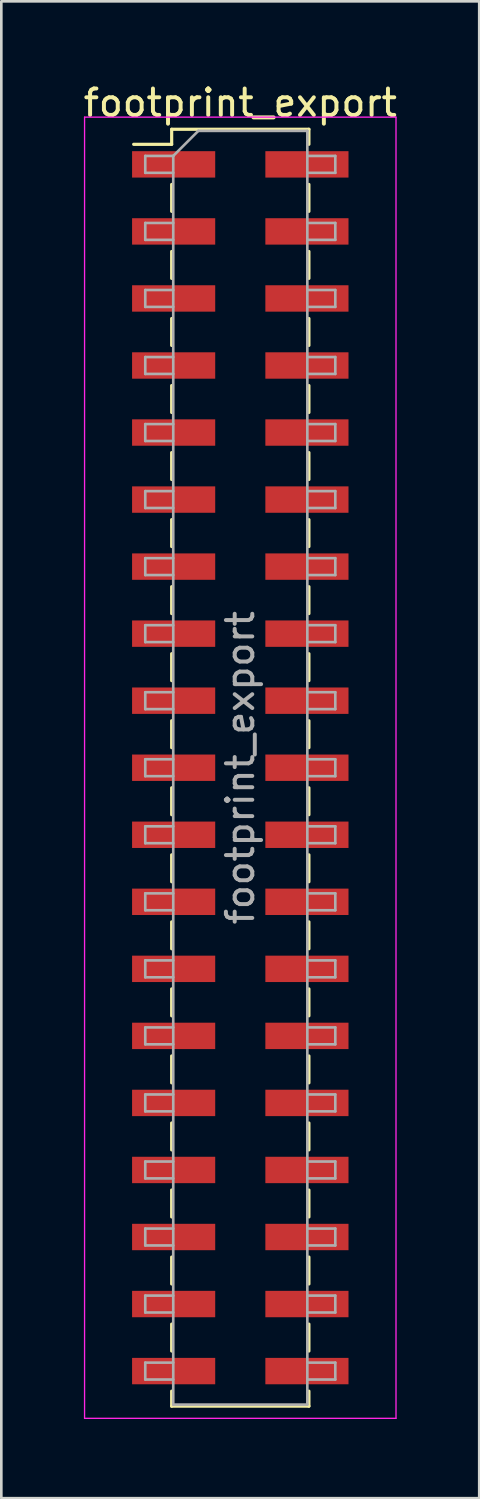
<source format=kicad_pcb>
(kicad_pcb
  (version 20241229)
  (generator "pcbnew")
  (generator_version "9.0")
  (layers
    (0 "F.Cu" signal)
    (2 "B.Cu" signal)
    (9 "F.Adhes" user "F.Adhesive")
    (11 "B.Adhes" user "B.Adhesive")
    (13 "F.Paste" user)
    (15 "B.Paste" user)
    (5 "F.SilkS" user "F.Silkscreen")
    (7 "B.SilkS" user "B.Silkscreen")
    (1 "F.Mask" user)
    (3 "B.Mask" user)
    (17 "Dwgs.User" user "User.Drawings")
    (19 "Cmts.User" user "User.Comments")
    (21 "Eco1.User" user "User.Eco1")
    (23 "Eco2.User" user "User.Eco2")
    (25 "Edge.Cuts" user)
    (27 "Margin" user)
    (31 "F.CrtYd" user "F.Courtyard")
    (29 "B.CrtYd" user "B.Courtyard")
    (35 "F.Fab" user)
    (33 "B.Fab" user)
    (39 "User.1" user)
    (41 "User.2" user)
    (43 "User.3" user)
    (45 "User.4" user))
  (footprint "footprint_export"
    (layer "F.Cu")
    (at 6.054 26.038)
    (property "Reference" "footprint_export" (at 0 -25.19 0) (layer "F.SilkS") (effects (font (size 1 1) (thickness 0.15))))
    (attr smd)
    (fp_line (start -4.04 -23.62) (end -2.6 -23.62) (stroke (width 0.12) (type solid)) (layer "F.SilkS"))
    (fp_line (start -2.6 -24.19) (end -2.6 -23.62) (stroke (width 0.12) (type solid)) (layer "F.SilkS"))
    (fp_line (start -2.6 -24.19) (end 2.6 -24.19) (stroke (width 0.12) (type solid)) (layer "F.SilkS"))
    (fp_line (start -2.6 -22.1) (end -2.6 -21.08) (stroke (width 0.12) (type solid)) (layer "F.SilkS"))
    (fp_line (start -2.6 -19.56) (end -2.6 -18.54) (stroke (width 0.12) (type solid)) (layer "F.SilkS"))
    (fp_line (start -2.6 -17.02) (end -2.6 -16) (stroke (width 0.12) (type solid)) (layer "F.SilkS"))
    (fp_line (start -2.6 -14.48) (end -2.6 -13.46) (stroke (width 0.12) (type solid)) (layer "F.SilkS"))
    (fp_line (start -2.6 -11.94) (end -2.6 -10.92) (stroke (width 0.12) (type solid)) (layer "F.SilkS"))
    (fp_line (start -2.6 -9.4) (end -2.6 -8.38) (stroke (width 0.12) (type solid)) (layer "F.SilkS"))
    (fp_line (start -2.6 -6.86) (end -2.6 -5.84) (stroke (width 0.12) (type solid)) (layer "F.SilkS"))
    (fp_line (start -2.6 -4.32) (end -2.6 -3.3) (stroke (width 0.12) (type solid)) (layer "F.SilkS"))
    (fp_line (start -2.6 -1.78) (end -2.6 -0.76) (stroke (width 0.12) (type solid)) (layer "F.SilkS"))
    (fp_line (start -2.6 0.76) (end -2.6 1.78) (stroke (width 0.12) (type solid)) (layer "F.SilkS"))
    (fp_line (start -2.6 3.3) (end -2.6 4.32) (stroke (width 0.12) (type solid)) (layer "F.SilkS"))
    (fp_line (start -2.6 5.84) (end -2.6 6.86) (stroke (width 0.12) (type solid)) (layer "F.SilkS"))
    (fp_line (start -2.6 8.38) (end -2.6 9.4) (stroke (width 0.12) (type solid)) (layer "F.SilkS"))
    (fp_line (start -2.6 10.92) (end -2.6 11.94) (stroke (width 0.12) (type solid)) (layer "F.SilkS"))
    (fp_line (start -2.6 13.46) (end -2.6 14.48) (stroke (width 0.12) (type solid)) (layer "F.SilkS"))
    (fp_line (start -2.6 16) (end -2.6 17.02) (stroke (width 0.12) (type solid)) (layer "F.SilkS"))
    (fp_line (start -2.6 18.54) (end -2.6 19.56) (stroke (width 0.12) (type solid)) (layer "F.SilkS"))
    (fp_line (start -2.6 21.08) (end -2.6 22.1) (stroke (width 0.12) (type solid)) (layer "F.SilkS"))
    (fp_line (start -2.6 23.62) (end -2.6 24.19) (stroke (width 0.12) (type solid)) (layer "F.SilkS"))
    (fp_line (start -2.6 24.19) (end 2.6 24.19) (stroke (width 0.12) (type solid)) (layer "F.SilkS"))
    (fp_line (start 2.6 -24.19) (end 2.6 -23.62) (stroke (width 0.12) (type solid)) (layer "F.SilkS"))
    (fp_line (start 2.6 -22.1) (end 2.6 -21.08) (stroke (width 0.12) (type solid)) (layer "F.SilkS"))
    (fp_line (start 2.6 -19.56) (end 2.6 -18.54) (stroke (width 0.12) (type solid)) (layer "F.SilkS"))
    (fp_line (start 2.6 -17.02) (end 2.6 -16) (stroke (width 0.12) (type solid)) (layer "F.SilkS"))
    (fp_line (start 2.6 -14.48) (end 2.6 -13.46) (stroke (width 0.12) (type solid)) (layer "F.SilkS"))
    (fp_line (start 2.6 -11.94) (end 2.6 -10.92) (stroke (width 0.12) (type solid)) (layer "F.SilkS"))
    (fp_line (start 2.6 -9.4) (end 2.6 -8.38) (stroke (width 0.12) (type solid)) (layer "F.SilkS"))
    (fp_line (start 2.6 -6.86) (end 2.6 -5.84) (stroke (width 0.12) (type solid)) (layer "F.SilkS"))
    (fp_line (start 2.6 -4.32) (end 2.6 -3.3) (stroke (width 0.12) (type solid)) (layer "F.SilkS"))
    (fp_line (start 2.6 -1.78) (end 2.6 -0.76) (stroke (width 0.12) (type solid)) (layer "F.SilkS"))
    (fp_line (start 2.6 0.76) (end 2.6 1.78) (stroke (width 0.12) (type solid)) (layer "F.SilkS"))
    (fp_line (start 2.6 3.3) (end 2.6 4.32) (stroke (width 0.12) (type solid)) (layer "F.SilkS"))
    (fp_line (start 2.6 5.84) (end 2.6 6.86) (stroke (width 0.12) (type solid)) (layer "F.SilkS"))
    (fp_line (start 2.6 8.38) (end 2.6 9.4) (stroke (width 0.12) (type solid)) (layer "F.SilkS"))
    (fp_line (start 2.6 10.92) (end 2.6 11.94) (stroke (width 0.12) (type solid)) (layer "F.SilkS"))
    (fp_line (start 2.6 13.46) (end 2.6 14.48) (stroke (width 0.12) (type solid)) (layer "F.SilkS"))
    (fp_line (start 2.6 16) (end 2.6 17.02) (stroke (width 0.12) (type solid)) (layer "F.SilkS"))
    (fp_line (start 2.6 18.54) (end 2.6 19.56) (stroke (width 0.12) (type solid)) (layer "F.SilkS"))
    (fp_line (start 2.6 21.08) (end 2.6 22.1) (stroke (width 0.12) (type solid)) (layer "F.SilkS"))
    (fp_line (start 2.6 23.62) (end 2.6 24.19) (stroke (width 0.12) (type solid)) (layer "F.SilkS"))
    (fp_line (start -5.9 -24.65) (end -5.9 24.65) (stroke (width 0.05) (type solid)) (layer "F.CrtYd"))
    (fp_line (start -5.9 24.65) (end 5.9 24.65) (stroke (width 0.05) (type solid)) (layer "F.CrtYd"))
    (fp_line (start 5.9 -24.65) (end -5.9 -24.65) (stroke (width 0.05) (type solid)) (layer "F.CrtYd"))
    (fp_line (start 5.9 24.65) (end 5.9 -24.65) (stroke (width 0.05) (type solid)) (layer "F.CrtYd"))
    (fp_line (start -3.6 -23.18) (end -3.6 -22.54) (stroke (width 0.1) (type solid)) (layer "F.Fab"))
    (fp_line (start -3.6 -22.54) (end -2.54 -22.54) (stroke (width 0.1) (type solid)) (layer "F.Fab"))
    (fp_line (start -3.6 -20.64) (end -3.6 -20) (stroke (width 0.1) (type solid)) (layer "F.Fab"))
    (fp_line (start -3.6 -20) (end -2.54 -20) (stroke (width 0.1) (type solid)) (layer "F.Fab"))
    (fp_line (start -3.6 -18.1) (end -3.6 -17.46) (stroke (width 0.1) (type solid)) (layer "F.Fab"))
    (fp_line (start -3.6 -17.46) (end -2.54 -17.46) (stroke (width 0.1) (type solid)) (layer "F.Fab"))
    (fp_line (start -3.6 -15.56) (end -3.6 -14.92) (stroke (width 0.1) (type solid)) (layer "F.Fab"))
    (fp_line (start -3.6 -14.92) (end -2.54 -14.92) (stroke (width 0.1) (type solid)) (layer "F.Fab"))
    (fp_line (start -3.6 -13.02) (end -3.6 -12.38) (stroke (width 0.1) (type solid)) (layer "F.Fab"))
    (fp_line (start -3.6 -12.38) (end -2.54 -12.38) (stroke (width 0.1) (type solid)) (layer "F.Fab"))
    (fp_line (start -3.6 -10.48) (end -3.6 -9.84) (stroke (width 0.1) (type solid)) (layer "F.Fab"))
    (fp_line (start -3.6 -9.84) (end -2.54 -9.84) (stroke (width 0.1) (type solid)) (layer "F.Fab"))
    (fp_line (start -3.6 -7.94) (end -3.6 -7.3) (stroke (width 0.1) (type solid)) (layer "F.Fab"))
    (fp_line (start -3.6 -7.3) (end -2.54 -7.3) (stroke (width 0.1) (type solid)) (layer "F.Fab"))
    (fp_line (start -3.6 -5.4) (end -3.6 -4.76) (stroke (width 0.1) (type solid)) (layer "F.Fab"))
    (fp_line (start -3.6 -4.76) (end -2.54 -4.76) (stroke (width 0.1) (type solid)) (layer "F.Fab"))
    (fp_line (start -3.6 -2.86) (end -3.6 -2.22) (stroke (width 0.1) (type solid)) (layer "F.Fab"))
    (fp_line (start -3.6 -2.22) (end -2.54 -2.22) (stroke (width 0.1) (type solid)) (layer "F.Fab"))
    (fp_line (start -3.6 -0.32) (end -3.6 0.32) (stroke (width 0.1) (type solid)) (layer "F.Fab"))
    (fp_line (start -3.6 0.32) (end -2.54 0.32) (stroke (width 0.1) (type solid)) (layer "F.Fab"))
    (fp_line (start -3.6 2.22) (end -3.6 2.86) (stroke (width 0.1) (type solid)) (layer "F.Fab"))
    (fp_line (start -3.6 2.86) (end -2.54 2.86) (stroke (width 0.1) (type solid)) (layer "F.Fab"))
    (fp_line (start -3.6 4.76) (end -3.6 5.4) (stroke (width 0.1) (type solid)) (layer "F.Fab"))
    (fp_line (start -3.6 5.4) (end -2.54 5.4) (stroke (width 0.1) (type solid)) (layer "F.Fab"))
    (fp_line (start -3.6 7.3) (end -3.6 7.94) (stroke (width 0.1) (type solid)) (layer "F.Fab"))
    (fp_line (start -3.6 7.94) (end -2.54 7.94) (stroke (width 0.1) (type solid)) (layer "F.Fab"))
    (fp_line (start -3.6 9.84) (end -3.6 10.48) (stroke (width 0.1) (type solid)) (layer "F.Fab"))
    (fp_line (start -3.6 10.48) (end -2.54 10.48) (stroke (width 0.1) (type solid)) (layer "F.Fab"))
    (fp_line (start -3.6 12.38) (end -3.6 13.02) (stroke (width 0.1) (type solid)) (layer "F.Fab"))
    (fp_line (start -3.6 13.02) (end -2.54 13.02) (stroke (width 0.1) (type solid)) (layer "F.Fab"))
    (fp_line (start -3.6 14.92) (end -3.6 15.56) (stroke (width 0.1) (type solid)) (layer "F.Fab"))
    (fp_line (start -3.6 15.56) (end -2.54 15.56) (stroke (width 0.1) (type solid)) (layer "F.Fab"))
    (fp_line (start -3.6 17.46) (end -3.6 18.1) (stroke (width 0.1) (type solid)) (layer "F.Fab"))
    (fp_line (start -3.6 18.1) (end -2.54 18.1) (stroke (width 0.1) (type solid)) (layer "F.Fab"))
    (fp_line (start -3.6 20) (end -3.6 20.64) (stroke (width 0.1) (type solid)) (layer "F.Fab"))
    (fp_line (start -3.6 20.64) (end -2.54 20.64) (stroke (width 0.1) (type solid)) (layer "F.Fab"))
    (fp_line (start -3.6 22.54) (end -3.6 23.18) (stroke (width 0.1) (type solid)) (layer "F.Fab"))
    (fp_line (start -3.6 23.18) (end -2.54 23.18) (stroke (width 0.1) (type solid)) (layer "F.Fab"))
    (fp_line (start -2.54 -23.18) (end -3.6 -23.18) (stroke (width 0.1) (type solid)) (layer "F.Fab"))
    (fp_line (start -2.54 -23.18) (end -1.59 -24.13) (stroke (width 0.1) (type solid)) (layer "F.Fab"))
    (fp_line (start -2.54 -20.64) (end -3.6 -20.64) (stroke (width 0.1) (type solid)) (layer "F.Fab"))
    (fp_line (start -2.54 -18.1) (end -3.6 -18.1) (stroke (width 0.1) (type solid)) (layer "F.Fab"))
    (fp_line (start -2.54 -15.56) (end -3.6 -15.56) (stroke (width 0.1) (type solid)) (layer "F.Fab"))
    (fp_line (start -2.54 -13.02) (end -3.6 -13.02) (stroke (width 0.1) (type solid)) (layer "F.Fab"))
    (fp_line (start -2.54 -10.48) (end -3.6 -10.48) (stroke (width 0.1) (type solid)) (layer "F.Fab"))
    (fp_line (start -2.54 -7.94) (end -3.6 -7.94) (stroke (width 0.1) (type solid)) (layer "F.Fab"))
    (fp_line (start -2.54 -5.4) (end -3.6 -5.4) (stroke (width 0.1) (type solid)) (layer "F.Fab"))
    (fp_line (start -2.54 -2.86) (end -3.6 -2.86) (stroke (width 0.1) (type solid)) (layer "F.Fab"))
    (fp_line (start -2.54 -0.32) (end -3.6 -0.32) (stroke (width 0.1) (type solid)) (layer "F.Fab"))
    (fp_line (start -2.54 2.22) (end -3.6 2.22) (stroke (width 0.1) (type solid)) (layer "F.Fab"))
    (fp_line (start -2.54 4.76) (end -3.6 4.76) (stroke (width 0.1) (type solid)) (layer "F.Fab"))
    (fp_line (start -2.54 7.3) (end -3.6 7.3) (stroke (width 0.1) (type solid)) (layer "F.Fab"))
    (fp_line (start -2.54 9.84) (end -3.6 9.84) (stroke (width 0.1) (type solid)) (layer "F.Fab"))
    (fp_line (start -2.54 12.38) (end -3.6 12.38) (stroke (width 0.1) (type solid)) (layer "F.Fab"))
    (fp_line (start -2.54 14.92) (end -3.6 14.92) (stroke (width 0.1) (type solid)) (layer "F.Fab"))
    (fp_line (start -2.54 17.46) (end -3.6 17.46) (stroke (width 0.1) (type solid)) (layer "F.Fab"))
    (fp_line (start -2.54 20) (end -3.6 20) (stroke (width 0.1) (type solid)) (layer "F.Fab"))
    (fp_line (start -2.54 22.54) (end -3.6 22.54) (stroke (width 0.1) (type solid)) (layer "F.Fab"))
    (fp_line (start -2.54 24.13) (end -2.54 -23.18) (stroke (width 0.1) (type solid)) (layer "F.Fab"))
    (fp_line (start -1.59 -24.13) (end 2.54 -24.13) (stroke (width 0.1) (type solid)) (layer "F.Fab"))
    (fp_line (start 2.54 -24.13) (end 2.54 24.13) (stroke (width 0.1) (type solid)) (layer "F.Fab"))
    (fp_line (start 2.54 -23.18) (end 3.6 -23.18) (stroke (width 0.1) (type solid)) (layer "F.Fab"))
    (fp_line (start 2.54 -20.64) (end 3.6 -20.64) (stroke (width 0.1) (type solid)) (layer "F.Fab"))
    (fp_line (start 2.54 -18.1) (end 3.6 -18.1) (stroke (width 0.1) (type solid)) (layer "F.Fab"))
    (fp_line (start 2.54 -15.56) (end 3.6 -15.56) (stroke (width 0.1) (type solid)) (layer "F.Fab"))
    (fp_line (start 2.54 -13.02) (end 3.6 -13.02) (stroke (width 0.1) (type solid)) (layer "F.Fab"))
    (fp_line (start 2.54 -10.48) (end 3.6 -10.48) (stroke (width 0.1) (type solid)) (layer "F.Fab"))
    (fp_line (start 2.54 -7.94) (end 3.6 -7.94) (stroke (width 0.1) (type solid)) (layer "F.Fab"))
    (fp_line (start 2.54 -5.4) (end 3.6 -5.4) (stroke (width 0.1) (type solid)) (layer "F.Fab"))
    (fp_line (start 2.54 -2.86) (end 3.6 -2.86) (stroke (width 0.1) (type solid)) (layer "F.Fab"))
    (fp_line (start 2.54 -0.32) (end 3.6 -0.32) (stroke (width 0.1) (type solid)) (layer "F.Fab"))
    (fp_line (start 2.54 2.22) (end 3.6 2.22) (stroke (width 0.1) (type solid)) (layer "F.Fab"))
    (fp_line (start 2.54 4.76) (end 3.6 4.76) (stroke (width 0.1) (type solid)) (layer "F.Fab"))
    (fp_line (start 2.54 7.3) (end 3.6 7.3) (stroke (width 0.1) (type solid)) (layer "F.Fab"))
    (fp_line (start 2.54 9.84) (end 3.6 9.84) (stroke (width 0.1) (type solid)) (layer "F.Fab"))
    (fp_line (start 2.54 12.38) (end 3.6 12.38) (stroke (width 0.1) (type solid)) (layer "F.Fab"))
    (fp_line (start 2.54 14.92) (end 3.6 14.92) (stroke (width 0.1) (type solid)) (layer "F.Fab"))
    (fp_line (start 2.54 17.46) (end 3.6 17.46) (stroke (width 0.1) (type solid)) (layer "F.Fab"))
    (fp_line (start 2.54 20) (end 3.6 20) (stroke (width 0.1) (type solid)) (layer "F.Fab"))
    (fp_line (start 2.54 22.54) (end 3.6 22.54) (stroke (width 0.1) (type solid)) (layer "F.Fab"))
    (fp_line (start 2.54 24.13) (end -2.54 24.13) (stroke (width 0.1) (type solid)) (layer "F.Fab"))
    (fp_line (start 3.6 -23.18) (end 3.6 -22.54) (stroke (width 0.1) (type solid)) (layer "F.Fab"))
    (fp_line (start 3.6 -22.54) (end 2.54 -22.54) (stroke (width 0.1) (type solid)) (layer "F.Fab"))
    (fp_line (start 3.6 -20.64) (end 3.6 -20) (stroke (width 0.1) (type solid)) (layer "F.Fab"))
    (fp_line (start 3.6 -20) (end 2.54 -20) (stroke (width 0.1) (type solid)) (layer "F.Fab"))
    (fp_line (start 3.6 -18.1) (end 3.6 -17.46) (stroke (width 0.1) (type solid)) (layer "F.Fab"))
    (fp_line (start 3.6 -17.46) (end 2.54 -17.46) (stroke (width 0.1) (type solid)) (layer "F.Fab"))
    (fp_line (start 3.6 -15.56) (end 3.6 -14.92) (stroke (width 0.1) (type solid)) (layer "F.Fab"))
    (fp_line (start 3.6 -14.92) (end 2.54 -14.92) (stroke (width 0.1) (type solid)) (layer "F.Fab"))
    (fp_line (start 3.6 -13.02) (end 3.6 -12.38) (stroke (width 0.1) (type solid)) (layer "F.Fab"))
    (fp_line (start 3.6 -12.38) (end 2.54 -12.38) (stroke (width 0.1) (type solid)) (layer "F.Fab"))
    (fp_line (start 3.6 -10.48) (end 3.6 -9.84) (stroke (width 0.1) (type solid)) (layer "F.Fab"))
    (fp_line (start 3.6 -9.84) (end 2.54 -9.84) (stroke (width 0.1) (type solid)) (layer "F.Fab"))
    (fp_line (start 3.6 -7.94) (end 3.6 -7.3) (stroke (width 0.1) (type solid)) (layer "F.Fab"))
    (fp_line (start 3.6 -7.3) (end 2.54 -7.3) (stroke (width 0.1) (type solid)) (layer "F.Fab"))
    (fp_line (start 3.6 -5.4) (end 3.6 -4.76) (stroke (width 0.1) (type solid)) (layer "F.Fab"))
    (fp_line (start 3.6 -4.76) (end 2.54 -4.76) (stroke (width 0.1) (type solid)) (layer "F.Fab"))
    (fp_line (start 3.6 -2.86) (end 3.6 -2.22) (stroke (width 0.1) (type solid)) (layer "F.Fab"))
    (fp_line (start 3.6 -2.22) (end 2.54 -2.22) (stroke (width 0.1) (type solid)) (layer "F.Fab"))
    (fp_line (start 3.6 -0.32) (end 3.6 0.32) (stroke (width 0.1) (type solid)) (layer "F.Fab"))
    (fp_line (start 3.6 0.32) (end 2.54 0.32) (stroke (width 0.1) (type solid)) (layer "F.Fab"))
    (fp_line (start 3.6 2.22) (end 3.6 2.86) (stroke (width 0.1) (type solid)) (layer "F.Fab"))
    (fp_line (start 3.6 2.86) (end 2.54 2.86) (stroke (width 0.1) (type solid)) (layer "F.Fab"))
    (fp_line (start 3.6 4.76) (end 3.6 5.4) (stroke (width 0.1) (type solid)) (layer "F.Fab"))
    (fp_line (start 3.6 5.4) (end 2.54 5.4) (stroke (width 0.1) (type solid)) (layer "F.Fab"))
    (fp_line (start 3.6 7.3) (end 3.6 7.94) (stroke (width 0.1) (type solid)) (layer "F.Fab"))
    (fp_line (start 3.6 7.94) (end 2.54 7.94) (stroke (width 0.1) (type solid)) (layer "F.Fab"))
    (fp_line (start 3.6 9.84) (end 3.6 10.48) (stroke (width 0.1) (type solid)) (layer "F.Fab"))
    (fp_line (start 3.6 10.48) (end 2.54 10.48) (stroke (width 0.1) (type solid)) (layer "F.Fab"))
    (fp_line (start 3.6 12.38) (end 3.6 13.02) (stroke (width 0.1) (type solid)) (layer "F.Fab"))
    (fp_line (start 3.6 13.02) (end 2.54 13.02) (stroke (width 0.1) (type solid)) (layer "F.Fab"))
    (fp_line (start 3.6 14.92) (end 3.6 15.56) (stroke (width 0.1) (type solid)) (layer "F.Fab"))
    (fp_line (start 3.6 15.56) (end 2.54 15.56) (stroke (width 0.1) (type solid)) (layer "F.Fab"))
    (fp_line (start 3.6 17.46) (end 3.6 18.1) (stroke (width 0.1) (type solid)) (layer "F.Fab"))
    (fp_line (start 3.6 18.1) (end 2.54 18.1) (stroke (width 0.1) (type solid)) (layer "F.Fab"))
    (fp_line (start 3.6 20) (end 3.6 20.64) (stroke (width 0.1) (type solid)) (layer "F.Fab"))
    (fp_line (start 3.6 20.64) (end 2.54 20.64) (stroke (width 0.1) (type solid)) (layer "F.Fab"))
    (fp_line (start 3.6 22.54) (end 3.6 23.18) (stroke (width 0.1) (type solid)) (layer "F.Fab"))
    (fp_line (start 3.6 23.18) (end 2.54 23.18) (stroke (width 0.1) (type solid)) (layer "F.Fab"))
    (fp_text user "${REFERENCE}" (at 0 0 90) (layer "F.Fab") (effects (font (size 1 1) (thickness 0.15))))
    (pad "1" smd rect (at -2.525 -22.86) (size 3.15 1) (layers "F.Cu" "F.Mask" "F.Paste"))
    (pad "2" smd rect (at 2.525 -22.86) (size 3.15 1) (layers "F.Cu" "F.Mask" "F.Paste"))
    (pad "3" smd rect (at -2.525 -20.32) (size 3.15 1) (layers "F.Cu" "F.Mask" "F.Paste"))
    (pad "4" smd rect (at 2.525 -20.32) (size 3.15 1) (layers "F.Cu" "F.Mask" "F.Paste"))
    (pad "5" smd rect (at -2.525 -17.78) (size 3.15 1) (layers "F.Cu" "F.Mask" "F.Paste"))
    (pad "6" smd rect (at 2.525 -17.78) (size 3.15 1) (layers "F.Cu" "F.Mask" "F.Paste"))
    (pad "7" smd rect (at -2.525 -15.24) (size 3.15 1) (layers "F.Cu" "F.Mask" "F.Paste"))
    (pad "8" smd rect (at 2.525 -15.24) (size 3.15 1) (layers "F.Cu" "F.Mask" "F.Paste"))
    (pad "9" smd rect (at -2.525 -12.7) (size 3.15 1) (layers "F.Cu" "F.Mask" "F.Paste"))
    (pad "10" smd rect (at 2.525 -12.7) (size 3.15 1) (layers "F.Cu" "F.Mask" "F.Paste"))
    (pad "11" smd rect (at -2.525 -10.16) (size 3.15 1) (layers "F.Cu" "F.Mask" "F.Paste"))
    (pad "12" smd rect (at 2.525 -10.16) (size 3.15 1) (layers "F.Cu" "F.Mask" "F.Paste"))
    (pad "13" smd rect (at -2.525 -7.62) (size 3.15 1) (layers "F.Cu" "F.Mask" "F.Paste"))
    (pad "14" smd rect (at 2.525 -7.62) (size 3.15 1) (layers "F.Cu" "F.Mask" "F.Paste"))
    (pad "15" smd rect (at -2.525 -5.08) (size 3.15 1) (layers "F.Cu" "F.Mask" "F.Paste"))
    (pad "16" smd rect (at 2.525 -5.08) (size 3.15 1) (layers "F.Cu" "F.Mask" "F.Paste"))
    (pad "17" smd rect (at -2.525 -2.54) (size 3.15 1) (layers "F.Cu" "F.Mask" "F.Paste"))
    (pad "18" smd rect (at 2.525 -2.54) (size 3.15 1) (layers "F.Cu" "F.Mask" "F.Paste"))
    (pad "19" smd rect (at -2.525 0) (size 3.15 1) (layers "F.Cu" "F.Mask" "F.Paste"))
    (pad "20" smd rect (at 2.525 0) (size 3.15 1) (layers "F.Cu" "F.Mask" "F.Paste"))
    (pad "21" smd rect (at -2.525 2.54) (size 3.15 1) (layers "F.Cu" "F.Mask" "F.Paste"))
    (pad "22" smd rect (at 2.525 2.54) (size 3.15 1) (layers "F.Cu" "F.Mask" "F.Paste"))
    (pad "23" smd rect (at -2.525 5.08) (size 3.15 1) (layers "F.Cu" "F.Mask" "F.Paste"))
    (pad "24" smd rect (at 2.525 5.08) (size 3.15 1) (layers "F.Cu" "F.Mask" "F.Paste"))
    (pad "25" smd rect (at -2.525 7.62) (size 3.15 1) (layers "F.Cu" "F.Mask" "F.Paste"))
    (pad "26" smd rect (at 2.525 7.62) (size 3.15 1) (layers "F.Cu" "F.Mask" "F.Paste"))
    (pad "27" smd rect (at -2.525 10.16) (size 3.15 1) (layers "F.Cu" "F.Mask" "F.Paste"))
    (pad "28" smd rect (at 2.525 10.16) (size 3.15 1) (layers "F.Cu" "F.Mask" "F.Paste"))
    (pad "29" smd rect (at -2.525 12.7) (size 3.15 1) (layers "F.Cu" "F.Mask" "F.Paste"))
    (pad "30" smd rect (at 2.525 12.7) (size 3.15 1) (layers "F.Cu" "F.Mask" "F.Paste"))
    (pad "31" smd rect (at -2.525 15.24) (size 3.15 1) (layers "F.Cu" "F.Mask" "F.Paste"))
    (pad "32" smd rect (at 2.525 15.24) (size 3.15 1) (layers "F.Cu" "F.Mask" "F.Paste"))
    (pad "33" smd rect (at -2.525 17.78) (size 3.15 1) (layers "F.Cu" "F.Mask" "F.Paste"))
    (pad "34" smd rect (at 2.525 17.78) (size 3.15 1) (layers "F.Cu" "F.Mask" "F.Paste"))
    (pad "35" smd rect (at -2.525 20.32) (size 3.15 1) (layers "F.Cu" "F.Mask" "F.Paste"))
    (pad "36" smd rect (at 2.525 20.32) (size 3.15 1) (layers "F.Cu" "F.Mask" "F.Paste"))
    (pad "37" smd rect (at -2.525 22.86) (size 3.15 1) (layers "F.Cu" "F.Mask" "F.Paste"))
    (pad "38" smd rect (at 2.525 22.86) (size 3.15 1) (layers "F.Cu" "F.Mask" "F.Paste")))
  (gr_rect
    (start -3 -3)
    (end 15.107 53.713)
    (stroke (width 0.1) (type default))
    (fill no)
    (layer "Edge.Cuts")))
</source>
